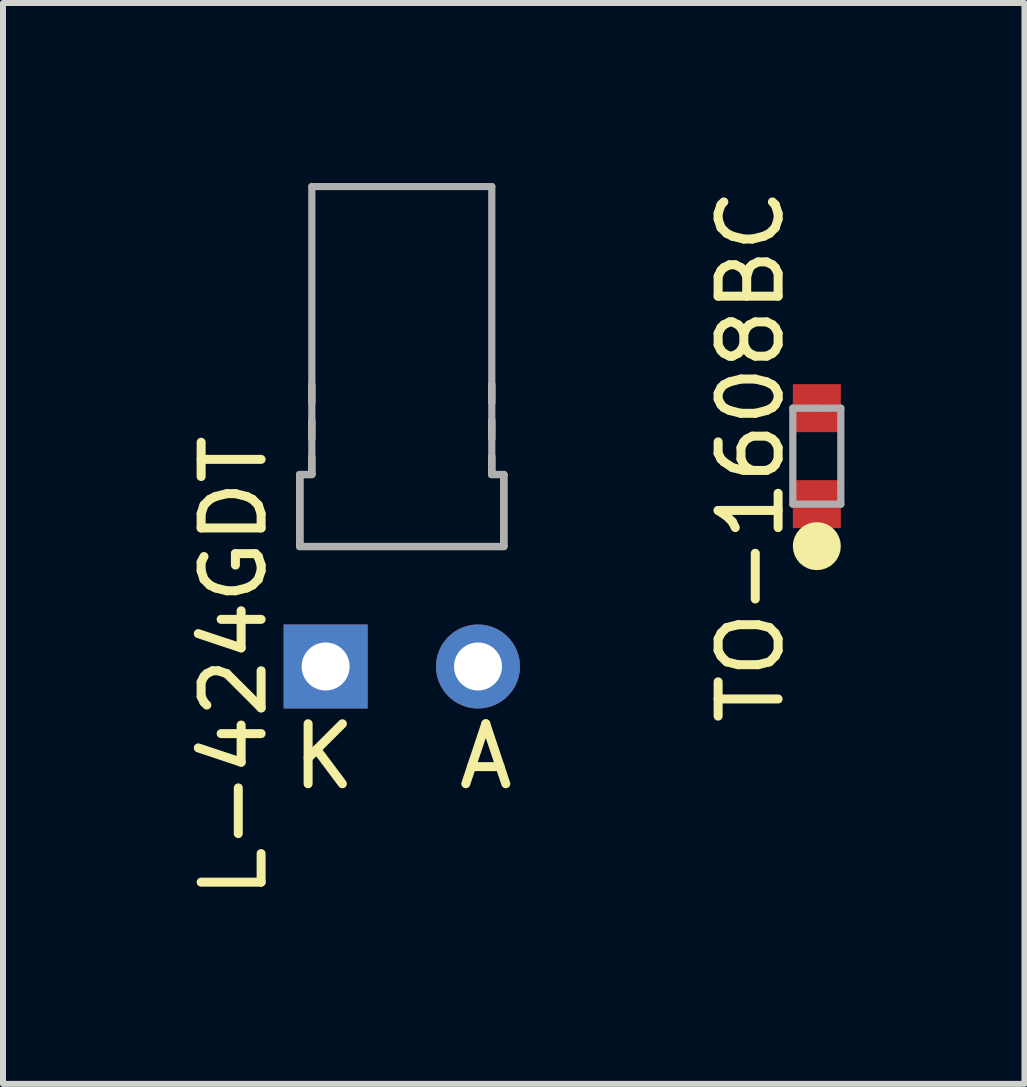
<source format=kicad_pcb>
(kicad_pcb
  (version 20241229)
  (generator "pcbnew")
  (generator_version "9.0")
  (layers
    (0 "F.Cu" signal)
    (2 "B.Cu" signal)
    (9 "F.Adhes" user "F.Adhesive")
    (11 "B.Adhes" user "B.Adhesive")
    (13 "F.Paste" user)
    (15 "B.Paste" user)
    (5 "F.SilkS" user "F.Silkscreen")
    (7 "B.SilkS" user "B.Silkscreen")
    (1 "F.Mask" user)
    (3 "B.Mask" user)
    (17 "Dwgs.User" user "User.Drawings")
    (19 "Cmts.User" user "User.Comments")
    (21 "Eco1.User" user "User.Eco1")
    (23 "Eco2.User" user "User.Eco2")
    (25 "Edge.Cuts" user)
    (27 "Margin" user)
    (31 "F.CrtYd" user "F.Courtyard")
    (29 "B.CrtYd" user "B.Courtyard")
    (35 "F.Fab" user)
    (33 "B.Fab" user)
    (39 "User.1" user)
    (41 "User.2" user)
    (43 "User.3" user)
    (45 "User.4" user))
  (footprint "L-424GDT"
    (layer "F.Cu")
    (at 3.648 8.06)
    (property "Reference" "L-424GDT" (at -2.8 0 90) (layer "F.SilkS") (effects (font (size 1 1) (thickness 0.15))))
    (attr through_hole)
    (fp_line (start -1.7 -3.2) (end -1.5 -3.2) (stroke (width 0.12) (type solid)) (layer "F.SilkS"))
    (fp_line (start -1.7 -2) (end -1.7 -3.2) (stroke (width 0.12) (type solid)) (layer "F.SilkS"))
    (fp_line (start -1.7 -2) (end 1.7 -2) (stroke (width 0.12) (type solid)) (layer "F.SilkS"))
    (fp_line (start -1.5 -4.4) (end -1.5 -4.7) (stroke (width 0.12) (type solid)) (layer "F.SilkS"))
    (fp_line (start -1.5 -3.8) (end -1.5 -4.1) (stroke (width 0.12) (type solid)) (layer "F.SilkS"))
    (fp_line (start -1.5 -3.2) (end -1.5 -3.5) (stroke (width 0.12) (type solid)) (layer "F.SilkS"))
    (fp_line (start 1.5 -4.4) (end 1.5 -4.7) (stroke (width 0.12) (type solid)) (layer "F.SilkS"))
    (fp_line (start 1.5 -3.8) (end 1.5 -4.1) (stroke (width 0.12) (type solid)) (layer "F.SilkS"))
    (fp_line (start 1.5 -3.5) (end 1.5 -3.2) (stroke (width 0.12) (type solid)) (layer "F.SilkS"))
    (fp_line (start 1.5 -3.2) (end 1.7 -3.2) (stroke (width 0.12) (type solid)) (layer "F.SilkS"))
    (fp_line (start 1.7 -3.2) (end 1.7 -2) (stroke (width 0.12) (type solid)) (layer "F.SilkS"))
    (fp_line (start -1.7 -3.2) (end -1.5 -3.2) (stroke (width 0.12) (type solid)) (layer "F.Fab"))
    (fp_line (start -1.7 -2) (end -1.7 -3.2) (stroke (width 0.12) (type solid)) (layer "F.Fab"))
    (fp_line (start -1.7 -2) (end 1.7 -2) (stroke (width 0.12) (type solid)) (layer "F.Fab"))
    (fp_line (start -1.5 -8) (end 1.5 -8) (stroke (width 0.12) (type solid)) (layer "F.Fab"))
    (fp_line (start -1.5 -3.2) (end -1.5 -8) (stroke (width 0.12) (type solid)) (layer "F.Fab"))
    (fp_line (start 1.5 -8) (end 1.5 -3.2) (stroke (width 0.12) (type solid)) (layer "F.Fab"))
    (fp_line (start 1.7 -3.2) (end 1.5 -3.2) (stroke (width 0.12) (type solid)) (layer "F.Fab"))
    (fp_line (start 1.7 -2) (end 1.7 -3.2) (stroke (width 0.12) (type solid)) (layer "F.Fab"))
    (fp_text user "A" (at 1.4 1.5 0) (layer "F.SilkS") (effects (font (size 1 1) (thickness 0.15))))
    (fp_text user "K" (at -1.3 1.5 0) (layer "F.SilkS") (effects (font (size 1 1) (thickness 0.15))))
    (pad "1" thru_hole rect (at -1.27 0) (size 1.4 1.4) (drill 0.8) (layers "*.Cu" "*.Mask"))
    (pad "2" thru_hole circle (at 1.27 0) (size 1.4 1.4) (drill 0.8) (layers "*.Cu" "*.Mask")))
  (footprint "TO-1608BC"
    (layer "F.Cu")
    (at 10.566 4.554)
    (property "Reference" "TO-1608BC" (at -1.1 0 90) (layer "F.SilkS") (effects (font (size 1 1) (thickness 0.15))))
    (attr through_hole)
    (fp_circle (center 0 1.5) (end 0 1.5) (stroke (width 0.4) (type solid)) (fill no) (layer "F.SilkS"))
    (fp_line (start -0.4 -0.8) (end 0 -0.8) (stroke (width 0.12) (type solid)) (layer "F.Fab"))
    (fp_line (start -0.4 0.8) (end -0.4 -0.8) (stroke (width 0.12) (type solid)) (layer "F.Fab"))
    (fp_line (start 0 -0.8) (end 0.4 -0.8) (stroke (width 0.12) (type solid)) (layer "F.Fab"))
    (fp_line (start 0.4 -0.8) (end 0.4 0.8) (stroke (width 0.12) (type solid)) (layer "F.Fab"))
    (fp_line (start 0.4 0.8) (end -0.4 0.8) (stroke (width 0.12) (type solid)) (layer "F.Fab"))
    (pad "1" smd rect (at 0 0.8) (size 0.8 0.8) (layers "F.Cu" "F.Mask" "F.Paste"))
    (pad "2" smd rect (at 0 -0.8) (size 0.8 0.8) (layers "F.Cu" "F.Mask" "F.Paste")))
  (gr_rect
    (start -3 -3)
    (end 14.027 15.018)
    (stroke (width 0.1) (type default))
    (fill no)
    (layer "Edge.Cuts")))
</source>
